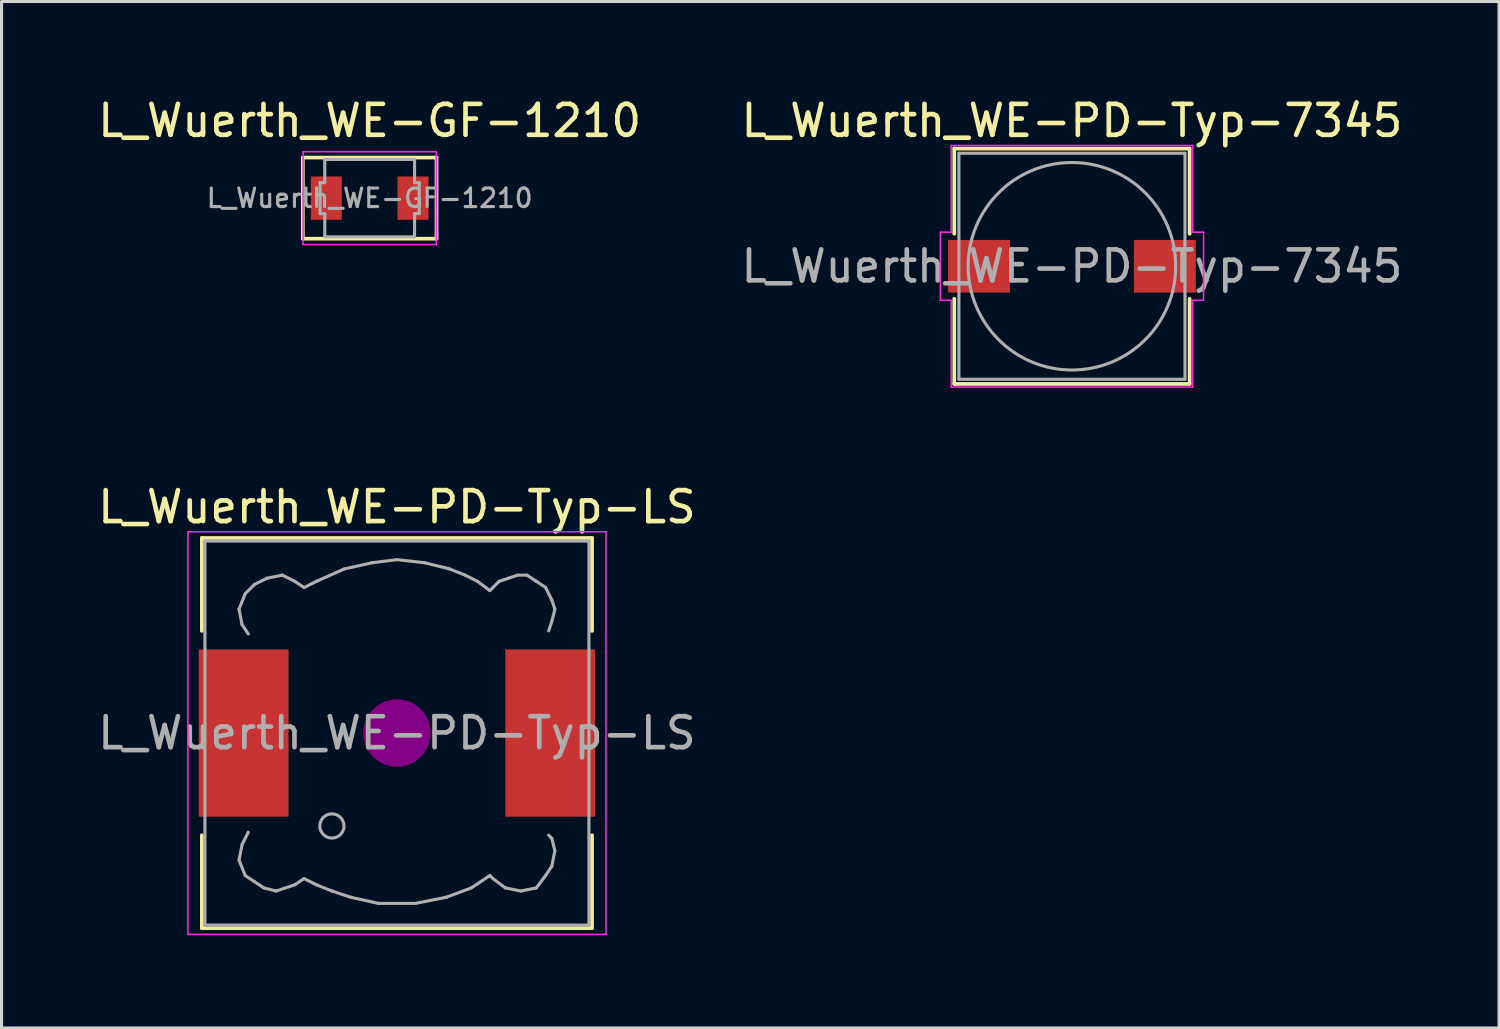
<source format=kicad_pcb>
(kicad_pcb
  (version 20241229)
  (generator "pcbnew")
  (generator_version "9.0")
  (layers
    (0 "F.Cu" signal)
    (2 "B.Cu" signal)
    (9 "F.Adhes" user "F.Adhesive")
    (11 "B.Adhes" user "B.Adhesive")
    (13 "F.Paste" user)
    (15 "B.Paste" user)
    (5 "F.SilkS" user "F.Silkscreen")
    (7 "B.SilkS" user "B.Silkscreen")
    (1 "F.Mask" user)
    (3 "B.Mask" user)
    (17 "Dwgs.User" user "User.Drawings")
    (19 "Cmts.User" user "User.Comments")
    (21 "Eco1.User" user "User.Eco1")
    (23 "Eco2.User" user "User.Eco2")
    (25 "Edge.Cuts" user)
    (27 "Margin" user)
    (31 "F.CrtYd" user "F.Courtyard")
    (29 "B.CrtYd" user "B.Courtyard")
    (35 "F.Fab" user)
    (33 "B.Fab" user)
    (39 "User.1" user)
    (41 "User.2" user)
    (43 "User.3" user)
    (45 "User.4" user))
  (footprint "L_Wuerth_WE-GF-1210"
    (layer "F.Cu")
    (at 8.887 3.348)
    (property "Reference" "L_Wuerth_WE-GF-1210" (at 0 -2.5 0) (layer "F.SilkS") (effects (font (size 1 1) (thickness 0.15))))
    (attr smd)
    (fp_line (start -2.159 -1.31) (end -2.159 1.31) (stroke (width 0.12) (type solid)) (layer "F.SilkS"))
    (fp_line (start -2.159 -1.31) (end 2.159 -1.31) (stroke (width 0.12) (type solid)) (layer "F.SilkS"))
    (fp_line (start -2.159 1.31) (end 2.159 1.31) (stroke (width 0.12) (type solid)) (layer "F.SilkS"))
    (fp_line (start 2.159 -1.31) (end 2.159 1.31) (stroke (width 0.12) (type solid)) (layer "F.SilkS"))
    (fp_line (start -2.15 -1.5) (end -2.15 1.5) (stroke (width 0.05) (type solid)) (layer "F.CrtYd"))
    (fp_line (start -2.15 -1.5) (end 2.15 -1.5) (stroke (width 0.05) (type solid)) (layer "F.CrtYd"))
    (fp_line (start -2.15 1.5) (end 2.15 1.5) (stroke (width 0.05) (type solid)) (layer "F.CrtYd"))
    (fp_line (start 2.15 -1.5) (end 2.15 1.5) (stroke (width 0.05) (type solid)) (layer "F.CrtYd"))
    (fp_line (start -1.6 -0.5) (end -1.6 0.5) (stroke (width 0.1) (type solid)) (layer "F.Fab"))
    (fp_line (start -1.6 -0.5) (end -1.45 -0.5) (stroke (width 0.1) (type solid)) (layer "F.Fab"))
    (fp_line (start -1.45 -1.25) (end -1.45 -0.5) (stroke (width 0.1) (type solid)) (layer "F.Fab"))
    (fp_line (start -1.45 -1.25) (end 1.45 -1.25) (stroke (width 0.1) (type solid)) (layer "F.Fab"))
    (fp_line (start -1.45 0.5) (end -1.6 0.5) (stroke (width 0.1) (type solid)) (layer "F.Fab"))
    (fp_line (start -1.45 0.5) (end -1.45 1.25) (stroke (width 0.1) (type solid)) (layer "F.Fab"))
    (fp_line (start -1.45 1.25) (end 1.45 1.25) (stroke (width 0.1) (type solid)) (layer "F.Fab"))
    (fp_line (start 1.45 -1.25) (end 1.45 -0.5) (stroke (width 0.1) (type solid)) (layer "F.Fab"))
    (fp_line (start 1.45 -0.5) (end 1.6 -0.5) (stroke (width 0.1) (type solid)) (layer "F.Fab"))
    (fp_line (start 1.45 0.5) (end 1.45 1.25) (stroke (width 0.1) (type solid)) (layer "F.Fab"))
    (fp_line (start 1.6 -0.5) (end 1.6 0.5) (stroke (width 0.1) (type solid)) (layer "F.Fab"))
    (fp_line (start 1.6 0.5) (end 1.45 0.5) (stroke (width 0.1) (type solid)) (layer "F.Fab"))
    (fp_text user "${REFERENCE}" (at 0 0 0) (layer "F.Fab") (effects (font (size 0.6 0.6) (thickness 0.1))))
    (pad "1" smd rect (at -1.4 0) (size 1 1.4) (layers "F.Cu" "F.Mask" "F.Paste"))
    (pad "2" smd rect (at 1.4 0) (size 1 1.4) (layers "F.Cu" "F.Mask" "F.Paste")))
  (footprint "L_Wuerth_WE-PD-Typ-LS"
    (layer "F.Cu")
    (at 9.768 20.622)
    (property "Reference" "L_Wuerth_WE-PD-Typ-LS" (at 0 -7.3 0) (layer "F.SilkS") (effects (font (size 1 1) (thickness 0.15))))
    (attr smd)
    (fp_line (start -6.3 -6.3) (end 6.3 -6.3) (stroke (width 0.12) (type solid)) (layer "F.SilkS"))
    (fp_line (start -6.3 -3.3) (end -6.3 -6.3) (stroke (width 0.12) (type solid)) (layer "F.SilkS"))
    (fp_line (start -6.3 6.3) (end -6.3 3.3) (stroke (width 0.12) (type solid)) (layer "F.SilkS"))
    (fp_line (start 6.3 -6.3) (end 6.3 -3.3) (stroke (width 0.12) (type solid)) (layer "F.SilkS"))
    (fp_line (start 6.3 3.3) (end 6.3 6.3) (stroke (width 0.12) (type solid)) (layer "F.SilkS"))
    (fp_line (start 6.3 6.3) (end -6.3 6.3) (stroke (width 0.12) (type solid)) (layer "F.SilkS"))
    (fp_circle (center 0 0) (end 0.15 0.15) (stroke (width 0.38) (type solid)) (fill no) (layer "F.Adhes"))
    (fp_circle (center 0 0) (end 0.55 0) (stroke (width 0.38) (type solid)) (fill no) (layer "F.Adhes"))
    (fp_circle (center 0 0) (end 0.9 0) (stroke (width 0.38) (type solid)) (fill no) (layer "F.Adhes"))
    (fp_line (start -6.75 -6.5) (end 6.75 -6.5) (stroke (width 0.05) (type solid)) (layer "F.CrtYd"))
    (fp_line (start -6.75 6.5) (end -6.75 -6.5) (stroke (width 0.05) (type solid)) (layer "F.CrtYd"))
    (fp_line (start 6.75 -6.5) (end 6.75 6.5) (stroke (width 0.05) (type solid)) (layer "F.CrtYd"))
    (fp_line (start 6.75 6.5) (end -6.75 6.5) (stroke (width 0.05) (type solid)) (layer "F.CrtYd"))
    (fp_line (start -6.2 -6.2) (end -6.2 6.2) (stroke (width 0.1) (type solid)) (layer "F.Fab"))
    (fp_line (start -6.2 6.2) (end 6.2 6.2) (stroke (width 0.1) (type solid)) (layer "F.Fab"))
    (fp_line (start -5.1 -4) (end -5 -3.5) (stroke (width 0.1) (type solid)) (layer "F.Fab"))
    (fp_line (start -5.1 4.1) (end -5 3.6) (stroke (width 0.1) (type solid)) (layer "F.Fab"))
    (fp_line (start -5 -3.5) (end -4.8 -3.2) (stroke (width 0.1) (type solid)) (layer "F.Fab"))
    (fp_line (start -5 3.6) (end -4.8 3.2) (stroke (width 0.1) (type solid)) (layer "F.Fab"))
    (fp_line (start -4.9 -4.5) (end -5.1 -4) (stroke (width 0.1) (type solid)) (layer "F.Fab"))
    (fp_line (start -4.9 4.6) (end -5.1 4.1) (stroke (width 0.1) (type solid)) (layer "F.Fab"))
    (fp_line (start -4.6 -4.8) (end -4.9 -4.5) (stroke (width 0.1) (type solid)) (layer "F.Fab"))
    (fp_line (start -4.6 4.8) (end -4.9 4.6) (stroke (width 0.1) (type solid)) (layer "F.Fab"))
    (fp_line (start -4.3 5) (end -4.6 4.8) (stroke (width 0.1) (type solid)) (layer "F.Fab"))
    (fp_line (start -4.2 -5) (end -4.6 -4.8) (stroke (width 0.1) (type solid)) (layer "F.Fab"))
    (fp_line (start -3.9 5.1) (end -4.3 5) (stroke (width 0.1) (type solid)) (layer "F.Fab"))
    (fp_line (start -3.7 -5.1) (end -4.2 -5) (stroke (width 0.1) (type solid)) (layer "F.Fab"))
    (fp_line (start -3.3 -4.9) (end -3.7 -5.1) (stroke (width 0.1) (type solid)) (layer "F.Fab"))
    (fp_line (start -3.3 4.9) (end -3.9 5.1) (stroke (width 0.1) (type solid)) (layer "F.Fab"))
    (fp_line (start -3 -4.7) (end -3.3 -4.9) (stroke (width 0.1) (type solid)) (layer "F.Fab"))
    (fp_line (start -3 4.7) (end -3.3 4.9) (stroke (width 0.1) (type solid)) (layer "F.Fab"))
    (fp_line (start -2.6 -4.9) (end -3 -4.7) (stroke (width 0.1) (type solid)) (layer "F.Fab"))
    (fp_line (start -2.6 4.9) (end -3 4.7) (stroke (width 0.1) (type solid)) (layer "F.Fab"))
    (fp_line (start -2.1 5.1) (end -2.6 4.9) (stroke (width 0.1) (type solid)) (layer "F.Fab"))
    (fp_line (start -1.7 -5.3) (end -2.6 -4.9) (stroke (width 0.1) (type solid)) (layer "F.Fab"))
    (fp_line (start -1.5 5.3) (end -2.1 5.1) (stroke (width 0.1) (type solid)) (layer "F.Fab"))
    (fp_line (start -0.8 -5.5) (end -1.7 -5.3) (stroke (width 0.1) (type solid)) (layer "F.Fab"))
    (fp_line (start -0.6 5.5) (end -1.5 5.3) (stroke (width 0.1) (type solid)) (layer "F.Fab"))
    (fp_line (start 0 -5.6) (end -0.8 -5.5) (stroke (width 0.1) (type solid)) (layer "F.Fab"))
    (fp_line (start 0.6 5.5) (end -0.6 5.5) (stroke (width 0.1) (type solid)) (layer "F.Fab"))
    (fp_line (start 0.9 -5.5) (end 0 -5.6) (stroke (width 0.1) (type solid)) (layer "F.Fab"))
    (fp_line (start 1.6 5.3) (end 0.6 5.5) (stroke (width 0.1) (type solid)) (layer "F.Fab"))
    (fp_line (start 1.7 -5.3) (end 0.9 -5.5) (stroke (width 0.1) (type solid)) (layer "F.Fab"))
    (fp_line (start 2.2 -5.1) (end 1.7 -5.3) (stroke (width 0.1) (type solid)) (layer "F.Fab"))
    (fp_line (start 2.4 5) (end 1.6 5.3) (stroke (width 0.1) (type solid)) (layer "F.Fab"))
    (fp_line (start 2.6 -4.9) (end 2.2 -5.1) (stroke (width 0.1) (type solid)) (layer "F.Fab"))
    (fp_line (start 3 -4.6) (end 2.6 -4.9) (stroke (width 0.1) (type solid)) (layer "F.Fab"))
    (fp_line (start 3 4.6) (end 2.4 5) (stroke (width 0.1) (type solid)) (layer "F.Fab"))
    (fp_line (start 3.1 4.7) (end 3 4.6) (stroke (width 0.1) (type solid)) (layer "F.Fab"))
    (fp_line (start 3.3 -4.9) (end 3 -4.6) (stroke (width 0.1) (type solid)) (layer "F.Fab"))
    (fp_line (start 3.5 5) (end 3.1 4.7) (stroke (width 0.1) (type solid)) (layer "F.Fab"))
    (fp_line (start 3.6 -5) (end 3.3 -4.9) (stroke (width 0.1) (type solid)) (layer "F.Fab"))
    (fp_line (start 3.9 -5.1) (end 3.6 -5) (stroke (width 0.1) (type solid)) (layer "F.Fab"))
    (fp_line (start 4 5.1) (end 3.5 5) (stroke (width 0.1) (type solid)) (layer "F.Fab"))
    (fp_line (start 4.2 -5.1) (end 3.9 -5.1) (stroke (width 0.1) (type solid)) (layer "F.Fab"))
    (fp_line (start 4.5 -4.9) (end 4.2 -5.1) (stroke (width 0.1) (type solid)) (layer "F.Fab"))
    (fp_line (start 4.5 5) (end 4 5.1) (stroke (width 0.1) (type solid)) (layer "F.Fab"))
    (fp_line (start 4.8 -4.7) (end 4.5 -4.9) (stroke (width 0.1) (type solid)) (layer "F.Fab"))
    (fp_line (start 4.8 4.6) (end 4.5 5) (stroke (width 0.1) (type solid)) (layer "F.Fab"))
    (fp_line (start 4.9 -3.3) (end 5 -3.6) (stroke (width 0.1) (type solid)) (layer "F.Fab"))
    (fp_line (start 4.9 3.3) (end 5 3.4) (stroke (width 0.1) (type solid)) (layer "F.Fab"))
    (fp_line (start 5 -4.3) (end 4.8 -4.7) (stroke (width 0.1) (type solid)) (layer "F.Fab"))
    (fp_line (start 5 -3.6) (end 5.1 -4) (stroke (width 0.1) (type solid)) (layer "F.Fab"))
    (fp_line (start 5 3.4) (end 5.1 3.8) (stroke (width 0.1) (type solid)) (layer "F.Fab"))
    (fp_line (start 5 4.3) (end 4.8 4.6) (stroke (width 0.1) (type solid)) (layer "F.Fab"))
    (fp_line (start 5.1 -4) (end 5 -4.3) (stroke (width 0.1) (type solid)) (layer "F.Fab"))
    (fp_line (start 5.1 3.8) (end 5 4.3) (stroke (width 0.1) (type solid)) (layer "F.Fab"))
    (fp_line (start 6.2 -6.2) (end -6.2 -6.2) (stroke (width 0.1) (type solid)) (layer "F.Fab"))
    (fp_line (start 6.2 6.2) (end 6.2 -6.2) (stroke (width 0.1) (type solid)) (layer "F.Fab"))
    (fp_circle (center -2.1 3) (end -1.8 3.25) (stroke (width 0.1) (type solid)) (fill no) (layer "F.Fab"))
    (fp_text user "${REFERENCE}" (at 0 0 0) (layer "F.Fab") (effects (font (size 1 1) (thickness 0.15))))
    (pad "1" smd rect (at -4.95 0) (size 2.9 5.4) (layers "F.Cu" "F.Mask" "F.Paste"))
    (pad "2" smd rect (at 4.95 0) (size 2.9 5.4) (layers "F.Cu" "F.Mask" "F.Paste")))
  (footprint "L_Wuerth_WE-PD-Typ-7345"
    (layer "F.Cu")
    (at 31.565 5.548)
    (property "Reference" "L_Wuerth_WE-PD-Typ-7345" (at 0 -4.7 0) (layer "F.SilkS") (effects (font (size 1 1) (thickness 0.15))))
    (attr smd)
    (fp_line (start -3.8 -3.8) (end 3.8 -3.8) (stroke (width 0.12) (type solid)) (layer "F.SilkS"))
    (fp_line (start -3.8 -1.05) (end -3.8 -3.8) (stroke (width 0.12) (type solid)) (layer "F.SilkS"))
    (fp_line (start -3.8 3.8) (end -3.8 1.05) (stroke (width 0.12) (type solid)) (layer "F.SilkS"))
    (fp_line (start -3.8 3.8) (end 3.8 3.8) (stroke (width 0.12) (type solid)) (layer "F.SilkS"))
    (fp_line (start 3.8 -1.05) (end 3.8 -3.8) (stroke (width 0.12) (type solid)) (layer "F.SilkS"))
    (fp_line (start 3.8 3.8) (end 3.8 1.05) (stroke (width 0.12) (type solid)) (layer "F.SilkS"))
    (fp_line (start -4.25 -1.1) (end -3.9 -1.1) (stroke (width 0.05) (type solid)) (layer "F.CrtYd"))
    (fp_line (start -4.25 1.1) (end -4.25 -1.1) (stroke (width 0.05) (type solid)) (layer "F.CrtYd"))
    (fp_line (start -4.25 1.1) (end -3.9 1.1) (stroke (width 0.05) (type solid)) (layer "F.CrtYd"))
    (fp_line (start -3.9 -3.9) (end 3.9 -3.9) (stroke (width 0.05) (type solid)) (layer "F.CrtYd"))
    (fp_line (start -3.9 -1.1) (end -3.9 -3.9) (stroke (width 0.05) (type solid)) (layer "F.CrtYd"))
    (fp_line (start -3.9 3.9) (end -3.9 1.1) (stroke (width 0.05) (type solid)) (layer "F.CrtYd"))
    (fp_line (start 3.9 -1.1) (end 3.9 -3.9) (stroke (width 0.05) (type solid)) (layer "F.CrtYd"))
    (fp_line (start 3.9 -1.1) (end 4.25 -1.1) (stroke (width 0.05) (type solid)) (layer "F.CrtYd"))
    (fp_line (start 3.9 1.1) (end 4.25 1.1) (stroke (width 0.05) (type solid)) (layer "F.CrtYd"))
    (fp_line (start 3.9 3.9) (end -3.9 3.9) (stroke (width 0.05) (type solid)) (layer "F.CrtYd"))
    (fp_line (start 3.9 3.9) (end 3.9 1.1) (stroke (width 0.05) (type solid)) (layer "F.CrtYd"))
    (fp_line (start 4.25 1.1) (end 4.25 -1.1) (stroke (width 0.05) (type solid)) (layer "F.CrtYd"))
    (fp_line (start -3.65 -3.65) (end -3.65 3.65) (stroke (width 0.1) (type solid)) (layer "F.Fab"))
    (fp_line (start -3.65 3.65) (end 3.65 3.65) (stroke (width 0.1) (type solid)) (layer "F.Fab"))
    (fp_line (start 3.65 -3.65) (end -3.65 -3.65) (stroke (width 0.1) (type solid)) (layer "F.Fab"))
    (fp_line (start 3.65 3.65) (end 3.65 -3.65) (stroke (width 0.1) (type solid)) (layer "F.Fab"))
    (fp_circle (center 0 0) (end 3.35 -0.05) (stroke (width 0.1) (type solid)) (fill no) (layer "F.Fab"))
    (fp_text user "${REFERENCE}" (at 0 0 0) (layer "F.Fab") (effects (font (size 1 1) (thickness 0.15))))
    (pad "1" smd rect (at -3 0) (size 2 1.7) (layers "F.Cu" "F.Mask" "F.Paste"))
    (pad "2" smd rect (at 3 0) (size 2 1.7) (layers "F.Cu" "F.Mask" "F.Paste")))
  (gr_rect
    (start -3 -3)
    (end 45.357 30.146)
    (stroke (width 0.1) (type default))
    (fill no)
    (layer "Edge.Cuts")))
</source>
